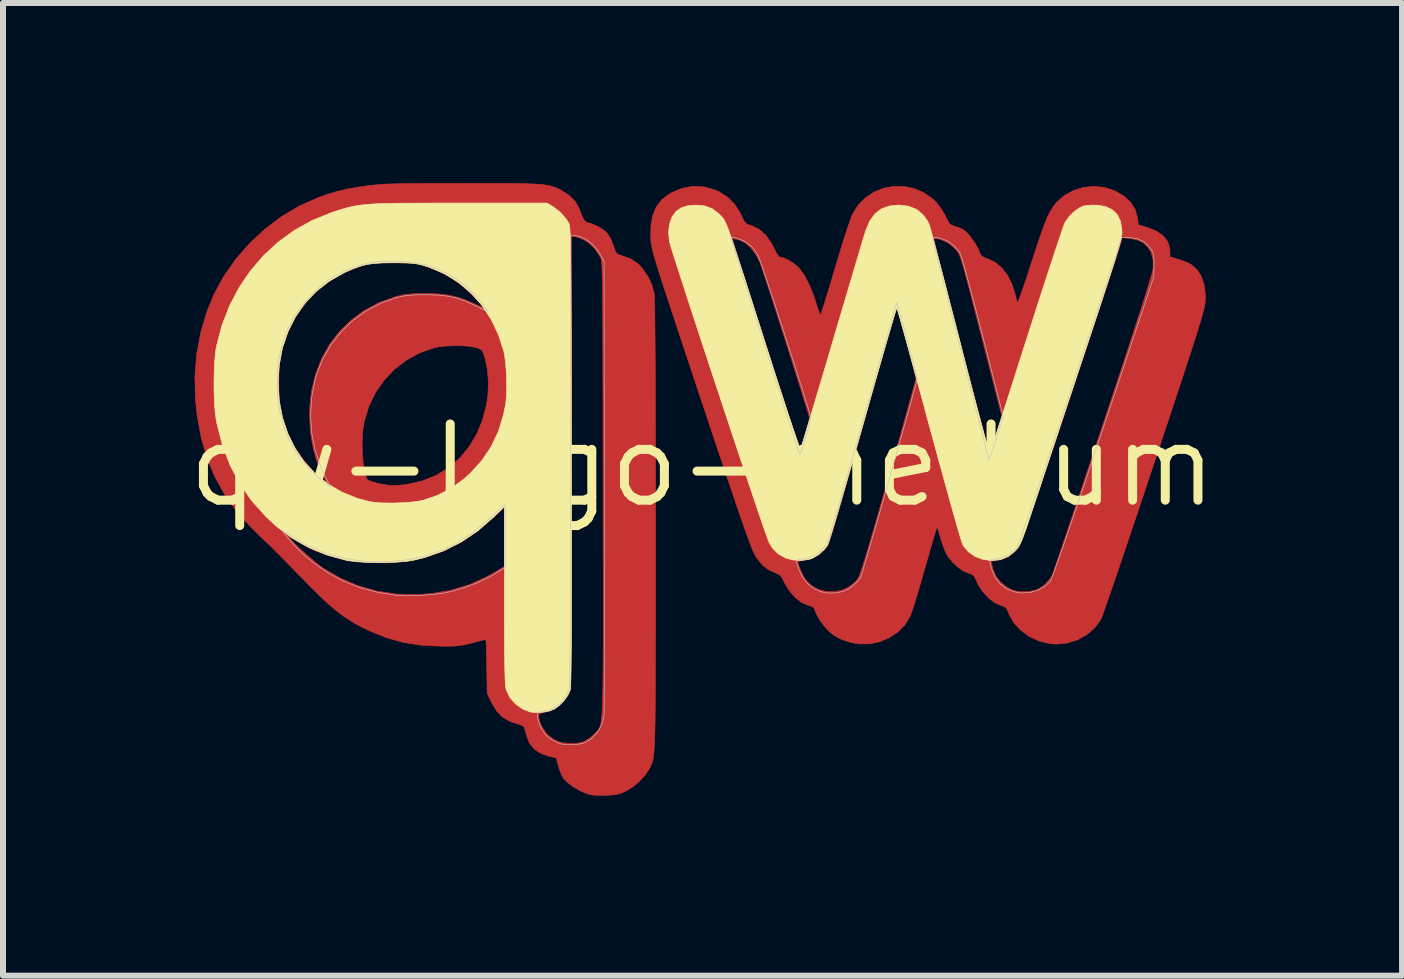
<source format=kicad_pcb>
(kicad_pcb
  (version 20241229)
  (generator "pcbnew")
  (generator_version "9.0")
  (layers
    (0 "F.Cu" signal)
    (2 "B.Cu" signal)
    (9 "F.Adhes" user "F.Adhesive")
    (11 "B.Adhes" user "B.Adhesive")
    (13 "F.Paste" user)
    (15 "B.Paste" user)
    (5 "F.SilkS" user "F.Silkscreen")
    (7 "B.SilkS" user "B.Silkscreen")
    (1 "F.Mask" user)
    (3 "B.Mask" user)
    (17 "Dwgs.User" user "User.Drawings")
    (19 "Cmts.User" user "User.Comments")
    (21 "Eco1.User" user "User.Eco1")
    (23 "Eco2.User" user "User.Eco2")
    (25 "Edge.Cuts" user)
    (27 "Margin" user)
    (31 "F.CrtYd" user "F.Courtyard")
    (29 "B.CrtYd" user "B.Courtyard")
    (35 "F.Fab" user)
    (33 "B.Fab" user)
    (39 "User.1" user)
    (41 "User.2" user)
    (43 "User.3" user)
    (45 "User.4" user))
  (footprint "qw-logo-medium"
    (layer "F.Cu")
    (at 8.655 4.704)
    (property "Reference" "qw-logo-medium" (at 0 0 0) (layer "F.SilkS") (effects (font (size 1.27 1.27) (thickness 0.15))))
    (attr through_hole)
    (fp_poly (pts (xy -3.476 -4.698) (xy -3.27 -4.697) (xy -3.096 -4.696) (xy -2.951 -4.693) (xy -2.831 -4.689) (xy -2.733 -4.684) (xy -2.652 -4.676) (xy -2.586 -4.667) (xy -2.531 -4.656) (xy -2.484 -4.642) (xy -2.441 -4.626) (xy -2.399 -4.607) (xy -2.365 -4.59) (xy -2.222 -4.499) (xy -2.116 -4.391) (xy -2.048 -4.263) (xy -2.045 -4.254) (xy -2.005 -4.15) (xy -1.969 -4.083) (xy -1.933 -4.049) (xy -1.908 -4.043) (xy -1.87 -4.034) (xy -1.809 -4.01) (xy -1.739 -3.978) (xy -1.65 -3.924) (xy -1.583 -3.86) (xy -1.529 -3.774) (xy -1.483 -3.657) (xy -1.473 -3.627) (xy -1.45 -3.563) (xy -1.425 -3.527) (xy -1.387 -3.507) (xy -1.338 -3.493) (xy -1.186 -3.436) (xy -1.059 -3.345) (xy -0.989 -3.265) (xy -0.902 -3.133) (xy -0.844 -3.01) (xy -0.809 -2.881) (xy -0.806 -2.869) (xy -0.803 -2.835) (xy -0.8 -2.768) (xy -0.797 -2.668) (xy -0.795 -2.534) (xy -0.793 -2.366) (xy -0.791 -2.162) (xy -0.789 -1.923) (xy -0.787 -1.646) (xy -0.786 -1.332) (xy -0.785 -0.979) (xy -0.784 -0.587) (xy -0.784 -0.155) (xy -0.783 0.317) (xy -0.783 0.831) (xy -0.783 0.994) (xy -0.783 1.468) (xy -0.783 1.902) (xy -0.783 2.297) (xy -0.783 2.655) (xy -0.784 2.979) (xy -0.784 3.269) (xy -0.785 3.529) (xy -0.786 3.76) (xy -0.787 3.964) (xy -0.789 4.142) (xy -0.791 4.297) (xy -0.794 4.431) (xy -0.797 4.545) (xy -0.801 4.641) (xy -0.806 4.722) (xy -0.811 4.788) (xy -0.817 4.843) (xy -0.824 4.888) (xy -0.832 4.924) (xy -0.84 4.955) (xy -0.85 4.981) (xy -0.861 5.004) (xy -0.872 5.027) (xy -0.885 5.051) (xy -0.891 5.063) (xy -0.957 5.162) (xy -1.05 5.263) (xy -1.158 5.354) (xy -1.268 5.423) (xy -1.281 5.429) (xy -1.349 5.459) (xy -1.411 5.478) (xy -1.484 5.49) (xy -1.579 5.496) (xy -1.619 5.497) (xy -1.734 5.499) (xy -1.821 5.494) (xy -1.892 5.48) (xy -1.943 5.464) (xy -2.044 5.42) (xy -2.145 5.36) (xy -2.236 5.294) (xy -2.304 5.229) (xy -2.326 5.199) (xy -2.354 5.142) (xy -2.384 5.064) (xy -2.402 5.004) (xy -2.438 4.874) (xy -2.55 4.849) (xy -2.691 4.801) (xy -2.802 4.729) (xy -2.878 4.634) (xy -2.894 4.601) (xy -2.924 4.524) (xy -2.947 4.447) (xy -2.953 4.419) (xy -2.967 4.367) (xy -2.994 4.338) (xy -3.046 4.32) (xy -3.056 4.317) (xy -3.208 4.266) (xy -3.329 4.196) (xy -3.337 4.188) (xy -2.73 4.188) (xy -2.714 4.27) (xy -2.672 4.363) (xy -2.611 4.452) (xy -2.581 4.486) (xy -2.479 4.567) (xy -2.365 4.615) (xy -2.228 4.634) (xy -2.192 4.635) (xy -2.079 4.629) (xy -1.989 4.606) (xy -1.955 4.592) (xy -1.885 4.548) (xy -1.814 4.49) (xy -1.791 4.466) (xy -1.774 4.448) (xy -1.758 4.432) (xy -1.744 4.417) (xy -1.731 4.401) (xy -1.719 4.381) (xy -1.709 4.356) (xy -1.7 4.325) (xy -1.691 4.284) (xy -1.684 4.233) (xy -1.678 4.17) (xy -1.672 4.092) (xy -1.668 3.998) (xy -1.664 3.886) (xy -1.661 3.754) (xy -1.659 3.6) (xy -1.657 3.423) (xy -1.655 3.221) (xy -1.654 2.991) (xy -1.654 2.732) (xy -1.654 2.443) (xy -1.654 2.12) (xy -1.654 1.763) (xy -1.655 1.369) (xy -1.656 0.937) (xy -1.656 0.465) (xy -1.656 0.381) (xy -1.657 -0.088) (xy -1.658 -0.517) (xy -1.658 -0.908) (xy -1.659 -1.261) (xy -1.66 -1.58) (xy -1.66 -1.866) (xy -1.661 -2.12) (xy -1.662 -2.345) (xy -1.663 -2.543) (xy -1.665 -2.715) (xy -1.666 -2.864) (xy -1.668 -2.991) (xy -1.67 -3.098) (xy -1.672 -3.186) (xy -1.674 -3.259) (xy -1.677 -3.317) (xy -1.68 -3.362) (xy -1.683 -3.397) (xy -1.686 -3.423) (xy -1.69 -3.443) (xy -1.695 -3.457) (xy -1.7 -3.468) (xy -1.702 -3.471) (xy -1.793 -3.609) (xy -1.899 -3.71) (xy -1.973 -3.755) (xy -2.042 -3.786) (xy -2.103 -3.806) (xy -2.131 -3.81) (xy -2.18 -3.81) (xy -2.18 -0.071) (xy -2.18 0.427) (xy -2.18 0.885) (xy -2.181 1.303) (xy -2.181 1.683) (xy -2.182 2.026) (xy -2.183 2.333) (xy -2.184 2.607) (xy -2.185 2.847) (xy -2.187 3.056) (xy -2.189 3.234) (xy -2.191 3.384) (xy -2.193 3.506) (xy -2.195 3.603) (xy -2.198 3.674) (xy -2.201 3.722) (xy -2.204 3.748) (xy -2.205 3.751) (xy -2.244 3.833) (xy -2.309 3.922) (xy -2.388 4.002) (xy -2.467 4.059) (xy -2.474 4.062) (xy -2.548 4.092) (xy -2.629 4.114) (xy -2.641 4.116) (xy -2.697 4.129) (xy -2.723 4.147) (xy -2.73 4.181) (xy -2.73 4.188) (xy -3.337 4.188) (xy -3.425 4.098) (xy -3.507 3.967) (xy -3.522 3.937) (xy -3.588 3.799) (xy -3.595 3.35) (xy -3.597 3.217) (xy -3.6 3.1) (xy -3.604 3.004) (xy -3.607 2.936) (xy -3.611 2.902) (xy -3.612 2.9) (xy -3.635 2.905) (xy -3.691 2.919) (xy -3.769 2.939) (xy -3.838 2.957) (xy -3.93 2.981) (xy -4.009 2.997) (xy -4.086 3.007) (xy -4.175 3.012) (xy -4.287 3.013) (xy -4.371 3.013) (xy -4.686 2.997) (xy -4.98 2.951) (xy -5.264 2.872) (xy -5.547 2.758) (xy -5.673 2.697) (xy -5.79 2.634) (xy -5.901 2.567) (xy -6.009 2.492) (xy -6.12 2.406) (xy -6.239 2.304) (xy -6.37 2.182) (xy -6.518 2.036) (xy -6.688 1.863) (xy -6.71 1.841) (xy -6.826 1.721) (xy -6.935 1.609) (xy -7.033 1.509) (xy -7.116 1.426) (xy -7.18 1.362) (xy -7.22 1.323) (xy -7.228 1.316) (xy -7.266 1.282) (xy -7.325 1.225) (xy -7.36 1.191) (xy -6.892 1.191) (xy -6.883 1.21) (xy -6.847 1.251) (xy -6.791 1.308) (xy -6.719 1.377) (xy -6.638 1.451) (xy -6.553 1.526) (xy -6.471 1.597) (xy -6.397 1.657) (xy -6.336 1.702) (xy -6.329 1.707) (xy -6.042 1.876) (xy -5.74 2.005) (xy -5.424 2.095) (xy -5.096 2.144) (xy -4.756 2.154) (xy -4.516 2.136) (xy -4.188 2.08) (xy -3.878 1.985) (xy -3.585 1.851) (xy -3.486 1.795) (xy -3.302 1.686) (xy -3.302 0.695) (xy -3.498 0.879) (xy -3.756 1.099) (xy -4.022 1.279) (xy -4.298 1.42) (xy -4.588 1.523) (xy -4.897 1.59) (xy -5.227 1.623) (xy -5.252 1.624) (xy -5.586 1.62) (xy -5.905 1.583) (xy -6.207 1.512) (xy -6.486 1.409) (xy -6.741 1.274) (xy -6.76 1.262) (xy -6.823 1.224) (xy -6.87 1.198) (xy -6.892 1.191) (xy -6.892 1.191) (xy -7.36 1.191) (xy -7.401 1.151) (xy -7.485 1.067) (xy -7.527 1.026) (xy -7.761 0.765) (xy -7.96 0.488) (xy -8.124 0.192) (xy -8.255 -0.124) (xy -8.353 -0.464) (xy -8.42 -0.829) (xy -8.448 -1.092) (xy -8.455 -1.376) (xy -7.058 -1.376) (xy -7.058 -1.233) (xy -7.056 -1.124) (xy -7.05 -1.038) (xy -7.041 -0.965) (xy -7.028 -0.897) (xy -7.01 -0.826) (xy -6.926 -0.568) (xy -6.82 -0.341) (xy -6.688 -0.136) (xy -6.523 0.058) (xy -6.471 0.111) (xy -6.382 0.196) (xy -6.32 0.249) (xy -6.285 0.271) (xy -6.277 0.262) (xy -6.296 0.221) (xy -6.306 0.204) (xy -6.374 0.069) (xy -6.435 -0.098) (xy -6.486 -0.287) (xy -6.505 -0.391) (xy -5.671 -0.391) (xy -5.669 -0.217) (xy -5.655 -0.048) (xy -5.63 0.102) (xy -5.596 0.221) (xy -5.57 0.247) (xy -5.509 0.272) (xy -5.412 0.298) (xy -5.326 0.317) (xy -5.226 0.332) (xy -5.124 0.335) (xy -5.007 0.327) (xy -4.92 0.316) (xy -4.672 0.261) (xy -4.444 0.17) (xy -4.237 0.045) (xy -4.054 -0.112) (xy -3.897 -0.298) (xy -3.767 -0.511) (xy -3.667 -0.75) (xy -3.599 -1.011) (xy -3.577 -1.152) (xy -3.566 -1.369) (xy -3.582 -1.585) (xy -3.623 -1.784) (xy -3.637 -1.828) (xy -3.66 -1.891) (xy -3.687 -1.927) (xy -3.729 -1.949) (xy -3.778 -1.965) (xy -3.877 -1.983) (xy -4.004 -1.993) (xy -4.143 -1.995) (xy -4.282 -1.988) (xy -4.405 -1.974) (xy -4.466 -1.961) (xy -4.709 -1.876) (xy -4.931 -1.756) (xy -5.131 -1.603) (xy -5.303 -1.422) (xy -5.447 -1.215) (xy -5.559 -0.985) (xy -5.635 -0.735) (xy -5.64 -0.71) (xy -5.662 -0.559) (xy -5.671 -0.391) (xy -6.505 -0.391) (xy -6.523 -0.489) (xy -6.539 -0.634) (xy -6.547 -0.94) (xy -6.516 -1.233) (xy -6.45 -1.511) (xy -6.35 -1.771) (xy -6.217 -2.01) (xy -6.053 -2.226) (xy -5.86 -2.416) (xy -5.64 -2.578) (xy -5.394 -2.71) (xy -5.124 -2.808) (xy -5.045 -2.829) (xy -4.948 -2.848) (xy -4.83 -2.859) (xy -4.683 -2.864) (xy -4.604 -2.864) (xy -4.406 -2.858) (xy -4.236 -2.838) (xy -4.081 -2.803) (xy -3.927 -2.749) (xy -3.812 -2.698) (xy -3.739 -2.665) (xy -3.682 -2.642) (xy -3.65 -2.633) (xy -3.646 -2.633) (xy -3.657 -2.651) (xy -3.692 -2.692) (xy -3.748 -2.751) (xy -3.818 -2.823) (xy -3.835 -2.84) (xy -4.016 -3.004) (xy -4.2 -3.134) (xy -4.399 -3.238) (xy -4.572 -3.306) (xy -4.646 -3.331) (xy -4.707 -3.349) (xy -4.764 -3.362) (xy -4.826 -3.369) (xy -4.902 -3.373) (xy -5.002 -3.375) (xy -5.135 -3.376) (xy -5.144 -3.376) (xy -5.29 -3.375) (xy -5.403 -3.372) (xy -5.49 -3.366) (xy -5.561 -3.357) (xy -5.623 -3.344) (xy -5.652 -3.336) (xy -5.924 -3.235) (xy -6.174 -3.099) (xy -6.397 -2.932) (xy -6.592 -2.734) (xy -6.758 -2.508) (xy -6.893 -2.255) (xy -6.993 -1.979) (xy -7.001 -1.953) (xy -7.022 -1.872) (xy -7.037 -1.802) (xy -7.047 -1.732) (xy -7.054 -1.653) (xy -7.057 -1.554) (xy -7.058 -1.425) (xy -7.058 -1.376) (xy -8.455 -1.376) (xy -8.458 -1.473) (xy -8.428 -1.849) (xy -8.36 -2.217) (xy -8.254 -2.572) (xy -8.136 -2.857) (xy -7.973 -3.156) (xy -7.774 -3.439) (xy -7.544 -3.701) (xy -7.288 -3.939) (xy -7.01 -4.148) (xy -6.715 -4.323) (xy -6.407 -4.461) (xy -6.404 -4.462) (xy -6.237 -4.521) (xy -6.076 -4.568) (xy -5.91 -4.606) (xy -5.723 -4.638) (xy -5.588 -4.658) (xy -5.52 -4.666) (xy -5.451 -4.673) (xy -5.38 -4.68) (xy -5.3 -4.685) (xy -5.209 -4.689) (xy -5.103 -4.692) (xy -4.977 -4.694) (xy -4.827 -4.696) (xy -4.65 -4.697) (xy -4.442 -4.698) (xy -4.198 -4.698) (xy -3.996 -4.699) (xy -3.716 -4.699) (xy -3.476 -4.698)) (stroke (width 0.01) (type solid)) (fill yes) (layer "F.Cu"))
    (fp_poly (pts (xy 0.03 -4.64) (xy 0.21 -4.588) (xy 0.275 -4.559) (xy 0.418 -4.469) (xy 0.533 -4.354) (xy 0.625 -4.209) (xy 0.647 -4.163) (xy 0.682 -4.091) (xy 0.71 -4.047) (xy 0.745 -4.02) (xy 0.796 -3.999) (xy 0.826 -3.99) (xy 0.95 -3.929) (xy 1.06 -3.828) (xy 1.156 -3.687) (xy 1.19 -3.62) (xy 1.229 -3.543) (xy 1.265 -3.491) (xy 1.29 -3.471) (xy 1.291 -3.471) (xy 1.351 -3.457) (xy 1.429 -3.421) (xy 1.511 -3.37) (xy 1.583 -3.313) (xy 1.617 -3.278) (xy 1.698 -3.164) (xy 1.776 -3.014) (xy 1.849 -2.837) (xy 1.896 -2.693) (xy 1.922 -2.611) (xy 1.946 -2.55) (xy 1.963 -2.516) (xy 1.97 -2.513) (xy 1.979 -2.536) (xy 1.999 -2.596) (xy 2.028 -2.687) (xy 2.064 -2.805) (xy 2.107 -2.945) (xy 2.155 -3.103) (xy 2.205 -3.274) (xy 2.211 -3.291) (xy 2.264 -3.47) (xy 2.316 -3.64) (xy 2.357 -3.772) (xy 3.855 -3.772) (xy 3.857 -3.752) (xy 3.921 -3.496) (xy 3.989 -3.23) (xy 4.058 -2.959) (xy 4.128 -2.684) (xy 4.199 -2.409) (xy 4.269 -2.137) (xy 4.338 -1.871) (xy 4.405 -1.614) (xy 4.469 -1.369) (xy 4.529 -1.139) (xy 4.585 -0.927) (xy 4.636 -0.736) (xy 4.681 -0.57) (xy 4.719 -0.43) (xy 4.749 -0.32) (xy 4.771 -0.243) (xy 4.784 -0.203) (xy 4.787 -0.197) (xy 4.798 -0.226) (xy 4.819 -0.286) (xy 4.847 -0.372) (xy 4.88 -0.474) (xy 4.894 -0.52) (xy 4.989 -0.818) (xy 4.697 -1.959) (xy 4.623 -2.247) (xy 4.559 -2.496) (xy 4.504 -2.711) (xy 4.457 -2.893) (xy 4.417 -3.045) (xy 4.384 -3.171) (xy 4.356 -3.273) (xy 4.332 -3.355) (xy 4.312 -3.419) (xy 4.296 -3.468) (xy 4.281 -3.504) (xy 4.268 -3.532) (xy 4.255 -3.553) (xy 4.241 -3.571) (xy 4.227 -3.588) (xy 4.218 -3.598) (xy 4.108 -3.697) (xy 3.978 -3.76) (xy 3.919 -3.775) (xy 3.871 -3.781) (xy 3.855 -3.772) (xy 2.357 -3.772) (xy 2.365 -3.798) (xy 2.41 -3.936) (xy 2.449 -4.051) (xy 2.479 -4.135) (xy 2.499 -4.184) (xy 2.594 -4.336) (xy 2.716 -4.46) (xy 2.859 -4.554) (xy 3.016 -4.617) (xy 3.182 -4.648) (xy 3.353 -4.648) (xy 3.521 -4.614) (xy 3.682 -4.546) (xy 3.83 -4.444) (xy 3.885 -4.392) (xy 3.979 -4.276) (xy 4.052 -4.148) (xy 4.053 -4.144) (xy 4.087 -4.072) (xy 4.114 -4.028) (xy 4.146 -4.003) (xy 4.191 -3.987) (xy 4.206 -3.983) (xy 4.277 -3.959) (xy 4.341 -3.929) (xy 4.354 -3.921) (xy 4.408 -3.874) (xy 4.47 -3.801) (xy 4.532 -3.715) (xy 4.583 -3.629) (xy 4.612 -3.563) (xy 4.632 -3.513) (xy 4.659 -3.482) (xy 4.705 -3.458) (xy 4.758 -3.441) (xy 4.882 -3.38) (xy 4.993 -3.284) (xy 5.088 -3.156) (xy 5.163 -3.003) (xy 5.207 -2.857) (xy 5.224 -2.788) (xy 5.24 -2.734) (xy 5.248 -2.714) (xy 5.257 -2.727) (xy 5.278 -2.776) (xy 5.308 -2.856) (xy 5.345 -2.964) (xy 5.389 -3.093) (xy 5.438 -3.241) (xy 5.472 -3.349) (xy 5.543 -3.569) (xy 5.603 -3.752) (xy 5.656 -3.903) (xy 5.702 -4.026) (xy 5.743 -4.127) (xy 5.782 -4.208) (xy 5.82 -4.275) (xy 5.858 -4.331) (xy 5.9 -4.381) (xy 5.901 -4.383) (xy 6.029 -4.496) (xy 6.18 -4.579) (xy 6.347 -4.631) (xy 6.521 -4.649) (xy 6.695 -4.632) (xy 6.86 -4.579) (xy 6.872 -4.574) (xy 7.022 -4.486) (xy 7.134 -4.383) (xy 7.209 -4.263) (xy 7.248 -4.125) (xy 7.249 -4.116) (xy 7.263 -4.009) (xy 7.417 -3.962) (xy 7.566 -3.901) (xy 7.678 -3.823) (xy 7.751 -3.727) (xy 7.786 -3.614) (xy 7.789 -3.559) (xy 7.789 -3.475) (xy 7.932 -3.432) (xy 8.016 -3.403) (xy 8.093 -3.371) (xy 8.141 -3.347) (xy 8.24 -3.261) (xy 8.313 -3.145) (xy 8.36 -3.001) (xy 8.379 -2.834) (xy 8.377 -2.74) (xy 8.374 -2.712) (xy 8.37 -2.679) (xy 8.363 -2.641) (xy 8.352 -2.595) (xy 8.337 -2.538) (xy 8.318 -2.468) (xy 8.293 -2.384) (xy 8.262 -2.282) (xy 8.224 -2.161) (xy 8.178 -2.019) (xy 8.125 -1.853) (xy 8.062 -1.661) (xy 7.99 -1.441) (xy 7.907 -1.191) (xy 7.814 -0.908) (xy 7.708 -0.591) (xy 7.591 -0.237) (xy 7.525 -0.04) (xy 7.419 0.277) (xy 7.317 0.584) (xy 7.218 0.878) (xy 7.124 1.157) (xy 7.036 1.418) (xy 6.954 1.66) (xy 6.88 1.878) (xy 6.813 2.071) (xy 6.756 2.237) (xy 6.709 2.372) (xy 6.672 2.475) (xy 6.647 2.542) (xy 6.635 2.572) (xy 6.532 2.71) (xy 6.399 2.823) (xy 6.245 2.908) (xy 6.075 2.96) (xy 5.898 2.978) (xy 5.765 2.967) (xy 5.594 2.922) (xy 5.436 2.845) (xy 5.299 2.744) (xy 5.188 2.623) (xy 5.111 2.486) (xy 5.105 2.471) (xy 5.078 2.406) (xy 5.051 2.369) (xy 5.01 2.346) (xy 4.962 2.331) (xy 4.868 2.287) (xy 4.77 2.212) (xy 4.68 2.116) (xy 4.605 2.009) (xy 4.572 1.941) (xy 4.541 1.873) (xy 4.514 1.833) (xy 4.48 1.811) (xy 4.43 1.796) (xy 4.345 1.759) (xy 4.253 1.694) (xy 4.166 1.613) (xy 4.81 1.613) (xy 4.813 1.625) (xy 4.824 1.667) (xy 4.841 1.731) (xy 4.848 1.757) (xy 4.889 1.848) (xy 4.961 1.939) (xy 5.052 2.017) (xy 5.151 2.073) (xy 5.179 2.084) (xy 5.296 2.105) (xy 5.424 2.104) (xy 5.544 2.08) (xy 5.604 2.055) (xy 5.712 1.979) (xy 5.8 1.877) (xy 5.826 1.831) (xy 5.837 1.803) (xy 5.86 1.738) (xy 5.894 1.637) (xy 5.94 1.504) (xy 5.995 1.34) (xy 6.06 1.149) (xy 6.133 0.933) (xy 6.213 0.694) (xy 6.3 0.436) (xy 6.392 0.159) (xy 6.49 -0.132) (xy 6.591 -0.436) (xy 6.678 -0.697) (xy 6.81 -1.093) (xy 6.929 -1.452) (xy 7.035 -1.773) (xy 7.129 -2.059) (xy 7.211 -2.311) (xy 7.283 -2.53) (xy 7.343 -2.719) (xy 7.393 -2.878) (xy 7.434 -3.01) (xy 7.465 -3.115) (xy 7.488 -3.195) (xy 7.502 -3.253) (xy 7.509 -3.288) (xy 7.509 -3.292) (xy 7.507 -3.433) (xy 7.474 -3.55) (xy 7.415 -3.642) (xy 7.342 -3.71) (xy 7.254 -3.754) (xy 7.139 -3.778) (xy 7.116 -3.781) (xy 6.991 -3.794) (xy 6.968 -3.699) (xy 6.958 -3.668) (xy 6.936 -3.598) (xy 6.902 -3.494) (xy 6.857 -3.356) (xy 6.803 -3.19) (xy 6.739 -2.995) (xy 6.667 -2.776) (xy 6.587 -2.535) (xy 6.501 -2.274) (xy 6.409 -1.995) (xy 6.312 -1.703) (xy 6.211 -1.398) (xy 6.129 -1.151) (xy 5.999 -0.759) (xy 5.878 -0.397) (xy 5.766 -0.065) (xy 5.665 0.235) (xy 5.575 0.502) (xy 5.495 0.735) (xy 5.426 0.934) (xy 5.369 1.097) (xy 5.323 1.223) (xy 5.29 1.311) (xy 5.269 1.361) (xy 5.264 1.37) (xy 5.17 1.468) (xy 5.056 1.541) (xy 4.933 1.581) (xy 4.864 1.587) (xy 4.821 1.593) (xy 4.81 1.613) (xy 4.166 1.613) (xy 4.164 1.611) (xy 4.09 1.519) (xy 4.072 1.49) (xy 4.041 1.425) (xy 4.006 1.336) (xy 3.974 1.239) (xy 3.967 1.214) (xy 3.944 1.132) (xy 3.925 1.068) (xy 3.912 1.03) (xy 3.91 1.024) (xy 3.902 1.042) (xy 3.885 1.096) (xy 3.859 1.181) (xy 3.826 1.294) (xy 3.787 1.429) (xy 3.743 1.581) (xy 3.706 1.71) (xy 3.658 1.879) (xy 3.611 2.04) (xy 3.567 2.188) (xy 3.528 2.315) (xy 3.495 2.417) (xy 3.471 2.487) (xy 3.46 2.513) (xy 3.374 2.655) (xy 3.257 2.775) (xy 3.115 2.87) (xy 2.955 2.938) (xy 2.785 2.973) (xy 2.61 2.975) (xy 2.487 2.954) (xy 2.377 2.922) (xy 2.291 2.888) (xy 2.209 2.842) (xy 2.169 2.815) (xy 2.092 2.749) (xy 2.014 2.66) (xy 1.945 2.563) (xy 1.895 2.47) (xy 1.881 2.434) (xy 1.863 2.386) (xy 1.835 2.358) (xy 1.784 2.338) (xy 1.752 2.329) (xy 1.653 2.285) (xy 1.553 2.208) (xy 1.459 2.105) (xy 1.382 1.984) (xy 1.366 1.952) (xy 1.329 1.88) (xy 1.297 1.836) (xy 1.259 1.809) (xy 1.21 1.789) (xy 1.1 1.739) (xy 1.006 1.666) (xy 0.96 1.611) (xy 1.587 1.611) (xy 1.597 1.65) (xy 1.621 1.713) (xy 1.653 1.786) (xy 1.687 1.854) (xy 1.718 1.905) (xy 1.72 1.907) (xy 1.815 2.003) (xy 1.934 2.069) (xy 2.068 2.103) (xy 2.208 2.105) (xy 2.346 2.071) (xy 2.418 2.037) (xy 2.491 1.987) (xy 2.558 1.927) (xy 2.587 1.892) (xy 2.601 1.867) (xy 2.619 1.823) (xy 2.642 1.758) (xy 2.671 1.671) (xy 2.706 1.559) (xy 2.749 1.419) (xy 2.799 1.25) (xy 2.857 1.049) (xy 2.925 0.815) (xy 3.002 0.544) (xy 3.089 0.235) (xy 3.1 0.197) (xy 3.172 -0.056) (xy 3.24 -0.298) (xy 3.303 -0.525) (xy 3.362 -0.734) (xy 3.414 -0.922) (xy 3.46 -1.086) (xy 3.498 -1.223) (xy 3.527 -1.33) (xy 3.547 -1.403) (xy 3.556 -1.44) (xy 3.557 -1.443) (xy 3.552 -1.472) (xy 3.537 -1.534) (xy 3.515 -1.623) (xy 3.487 -1.733) (xy 3.454 -1.857) (xy 3.419 -1.989) (xy 3.382 -2.124) (xy 3.347 -2.254) (xy 3.313 -2.374) (xy 3.284 -2.477) (xy 3.261 -2.557) (xy 3.244 -2.609) (xy 3.238 -2.625) (xy 3.23 -2.605) (xy 3.212 -2.548) (xy 3.184 -2.459) (xy 3.149 -2.341) (xy 3.107 -2.198) (xy 3.06 -2.034) (xy 3.008 -1.854) (xy 2.955 -1.667) (xy 2.84 -1.26) (xy 2.736 -0.892) (xy 2.642 -0.561) (xy 2.558 -0.264) (xy 2.483 -0.001) (xy 2.417 0.232) (xy 2.359 0.436) (xy 2.308 0.614) (xy 2.264 0.766) (xy 2.226 0.896) (xy 2.194 1.005) (xy 2.167 1.095) (xy 2.144 1.168) (xy 2.125 1.226) (xy 2.109 1.271) (xy 2.096 1.306) (xy 2.085 1.331) (xy 2.076 1.35) (xy 2.067 1.363) (xy 2.058 1.374) (xy 2.05 1.384) (xy 2.04 1.394) (xy 2.038 1.397) (xy 1.926 1.497) (xy 1.793 1.56) (xy 1.692 1.581) (xy 1.632 1.591) (xy 1.594 1.604) (xy 1.587 1.611) (xy 0.96 1.611) (xy 0.918 1.561) (xy 0.893 1.525) (xy 0.879 1.501) (xy 0.863 1.47) (xy 0.844 1.43) (xy 0.822 1.377) (xy 0.796 1.31) (xy 0.765 1.228) (xy 0.728 1.126) (xy 0.685 1.005) (xy 0.635 0.861) (xy 0.577 0.692) (xy 0.511 0.497) (xy 0.435 0.273) (xy 0.349 0.018) (xy 0.252 -0.271) (xy 0.144 -0.594) (xy 0.024 -0.955) (xy -0.022 -1.091) (xy -0.144 -1.459) (xy -0.254 -1.789) (xy -0.352 -2.083) (xy -0.438 -2.344) (xy -0.514 -2.573) (xy -0.58 -2.774) (xy -0.637 -2.948) (xy -0.686 -3.098) (xy -0.726 -3.226) (xy -0.76 -3.334) (xy -0.788 -3.424) (xy -0.809 -3.5) (xy -0.826 -3.562) (xy -0.838 -3.613) (xy -0.847 -3.656) (xy -0.854 -3.693) (xy -0.858 -3.725) (xy -0.86 -3.756) (xy -0.862 -3.78) (xy 0.494 -3.78) (xy 0.5 -3.76) (xy 0.517 -3.703) (xy 0.546 -3.611) (xy 0.585 -3.487) (xy 0.633 -3.335) (xy 0.69 -3.157) (xy 0.754 -2.955) (xy 0.824 -2.734) (xy 0.9 -2.496) (xy 0.981 -2.243) (xy 1.054 -2.016) (xy 1.138 -1.754) (xy 1.218 -1.503) (xy 1.295 -1.268) (xy 1.365 -1.051) (xy 1.43 -0.854) (xy 1.487 -0.681) (xy 1.536 -0.535) (xy 1.576 -0.418) (xy 1.606 -0.333) (xy 1.625 -0.283) (xy 1.631 -0.27) (xy 1.643 -0.295) (xy 1.663 -0.353) (xy 1.688 -0.434) (xy 1.713 -0.519) (xy 1.741 -0.614) (xy 1.763 -0.697) (xy 1.778 -0.757) (xy 1.783 -0.783) (xy 1.777 -0.809) (xy 1.76 -0.87) (xy 1.731 -0.964) (xy 1.694 -1.085) (xy 1.65 -1.229) (xy 1.598 -1.394) (xy 1.542 -1.573) (xy 1.482 -1.763) (xy 1.419 -1.96) (xy 1.356 -2.16) (xy 1.292 -2.359) (xy 1.231 -2.551) (xy 1.172 -2.734) (xy 1.117 -2.903) (xy 1.068 -3.053) (xy 1.026 -3.181) (xy 0.992 -3.283) (xy 0.967 -3.353) (xy 0.959 -3.376) (xy 0.897 -3.502) (xy 0.816 -3.612) (xy 0.724 -3.697) (xy 0.628 -3.751) (xy 0.591 -3.762) (xy 0.534 -3.773) (xy 0.499 -3.779) (xy 0.494 -3.78) (xy -0.862 -3.78) (xy -0.862 -3.788) (xy -0.862 -3.791) (xy -0.86 -3.993) (xy -0.829 -4.165) (xy -0.768 -4.31) (xy -0.677 -4.428) (xy -0.553 -4.523) (xy -0.516 -4.544) (xy -0.335 -4.618) (xy -0.153 -4.65) (xy 0.03 -4.64)) (stroke (width 0.01) (type solid)) (fill yes) (layer "F.Cu"))
    (fp_poly (pts (xy 1.079 -3.252) (xy 1.139 -3.239) (xy 1.202 -3.218) (xy 1.232 -3.205) (xy 1.322 -3.14) (xy 1.407 -3.048) (xy 1.475 -2.941) (xy 1.481 -2.929) (xy 1.498 -2.885) (xy 1.527 -2.806) (xy 1.565 -2.697) (xy 1.61 -2.564) (xy 1.66 -2.413) (xy 1.714 -2.248) (xy 1.759 -2.107) (xy 1.989 -1.389) (xy 1.902 -1.091) (xy 1.871 -0.986) (xy 1.844 -0.895) (xy 1.822 -0.828) (xy 1.81 -0.79) (xy 1.808 -0.785) (xy 1.795 -0.794) (xy 1.789 -0.807) (xy 1.777 -0.842) (xy 1.754 -0.912) (xy 1.721 -1.013) (xy 1.681 -1.139) (xy 1.633 -1.287) (xy 1.58 -1.452) (xy 1.523 -1.631) (xy 1.464 -1.818) (xy 1.403 -2.01) (xy 1.342 -2.202) (xy 1.282 -2.391) (xy 1.225 -2.57) (xy 1.172 -2.738) (xy 1.125 -2.888) (xy 1.085 -3.018) (xy 1.052 -3.122) (xy 1.029 -3.196) (xy 1.017 -3.236) (xy 1.016 -3.242) (xy 1.034 -3.253) (xy 1.079 -3.252)) (stroke (width 0.01) (type solid)) (fill yes) (layer "F.Mask"))
    (fp_poly (pts (xy 4.455 -3.259) (xy 4.484 -3.252) (xy 4.519 -3.241) (xy 4.53 -3.238) (xy 4.615 -3.2) (xy 4.704 -3.134) (xy 4.784 -3.053) (xy 4.842 -2.967) (xy 4.849 -2.953) (xy 4.863 -2.912) (xy 4.886 -2.836) (xy 4.916 -2.73) (xy 4.952 -2.599) (xy 4.992 -2.45) (xy 5.034 -2.288) (xy 5.059 -2.191) (xy 5.232 -1.514) (xy 5.132 -1.196) (xy 5.096 -1.085) (xy 5.064 -0.986) (xy 5.038 -0.909) (xy 5.02 -0.859) (xy 5.015 -0.847) (xy 4.999 -0.826) (xy 4.987 -0.844) (xy 4.986 -0.847) (xy 4.979 -0.872) (xy 4.962 -0.936) (xy 4.937 -1.032) (xy 4.904 -1.159) (xy 4.864 -1.311) (xy 4.819 -1.486) (xy 4.769 -1.679) (xy 4.716 -1.887) (xy 4.67 -2.064) (xy 4.605 -2.319) (xy 4.549 -2.536) (xy 4.503 -2.718) (xy 4.466 -2.868) (xy 4.437 -2.988) (xy 4.418 -3.082) (xy 4.406 -3.153) (xy 4.402 -3.203) (xy 4.405 -3.236) (xy 4.415 -3.254) (xy 4.432 -3.261) (xy 4.455 -3.259)) (stroke (width 0.01) (type solid)) (fill yes) (layer "F.Mask"))
    (fp_poly (pts (xy -6.426 1.641) (xy -6.384 1.668) (xy -6.353 1.691) (xy -6.216 1.785) (xy -6.046 1.876) (xy -5.855 1.96) (xy -5.652 2.033) (xy -5.449 2.09) (xy -5.356 2.11) (xy -5.237 2.127) (xy -5.089 2.139) (xy -4.923 2.145) (xy -4.753 2.146) (xy -4.59 2.141) (xy -4.448 2.131) (xy -4.36 2.119) (xy -4.13 2.066) (xy -3.895 1.99) (xy -3.67 1.895) (xy -3.468 1.788) (xy -3.387 1.737) (xy -3.291 1.673) (xy -3.286 2.079) (xy -3.284 2.207) (xy -3.284 2.322) (xy -3.285 2.415) (xy -3.287 2.481) (xy -3.29 2.511) (xy -3.29 2.512) (xy -3.315 2.532) (xy -3.375 2.557) (xy -3.46 2.586) (xy -3.563 2.615) (xy -3.676 2.644) (xy -3.791 2.668) (xy -3.839 2.677) (xy -3.976 2.694) (xy -4.14 2.704) (xy -4.317 2.706) (xy -4.495 2.702) (xy -4.657 2.691) (xy -4.774 2.676) (xy -5.095 2.601) (xy -5.401 2.486) (xy -5.693 2.332) (xy -5.971 2.138) (xy -6.059 2.065) (xy -6.122 2.008) (xy -6.192 1.938) (xy -6.263 1.864) (xy -6.33 1.79) (xy -6.387 1.724) (xy -6.427 1.672) (xy -6.446 1.64) (xy -6.446 1.634) (xy -6.426 1.641)) (stroke (width 0.01) (type solid)) (fill yes) (layer "F.Mask"))
    (fp_poly (pts (xy -4.423 -2.858) (xy -4.26 -2.842) (xy -4.113 -2.812) (xy -3.969 -2.764) (xy -3.815 -2.697) (xy -3.778 -2.679) (xy -3.688 -2.633) (xy -3.625 -2.596) (xy -3.582 -2.559) (xy -3.547 -2.515) (xy -3.52 -2.473) (xy -3.477 -2.397) (xy -3.439 -2.324) (xy -3.411 -2.261) (xy -3.396 -2.217) (xy -3.397 -2.201) (xy -3.422 -2.207) (xy -3.476 -2.221) (xy -3.548 -2.242) (xy -3.562 -2.246) (xy -3.691 -2.274) (xy -3.847 -2.293) (xy -4.017 -2.303) (xy -4.187 -2.304) (xy -4.342 -2.295) (xy -4.45 -2.279) (xy -4.721 -2.202) (xy -4.973 -2.088) (xy -5.204 -1.941) (xy -5.411 -1.762) (xy -5.591 -1.556) (xy -5.74 -1.324) (xy -5.857 -1.069) (xy -5.92 -0.869) (xy -5.966 -0.627) (xy -5.986 -0.369) (xy -5.981 -0.107) (xy -5.95 0.145) (xy -5.895 0.376) (xy -5.874 0.448) (xy -5.862 0.502) (xy -5.861 0.528) (xy -5.863 0.529) (xy -5.888 0.52) (xy -5.941 0.496) (xy -6.013 0.462) (xy -6.051 0.443) (xy -6.223 0.357) (xy -6.329 0.142) (xy -6.429 -0.092) (xy -6.495 -0.323) (xy -6.532 -0.57) (xy -6.536 -0.617) (xy -6.544 -0.936) (xy -6.515 -1.234) (xy -6.45 -1.512) (xy -6.347 -1.774) (xy -6.207 -2.022) (xy -6.18 -2.063) (xy -6.009 -2.275) (xy -5.812 -2.457) (xy -5.584 -2.61) (xy -5.435 -2.689) (xy -5.277 -2.758) (xy -5.131 -2.808) (xy -4.985 -2.84) (xy -4.826 -2.858) (xy -4.639 -2.863) (xy -4.614 -2.863) (xy -4.423 -2.858)) (stroke (width 0.01) (type solid)) (fill yes) (layer "F.Mask"))
    (fp_poly (pts (xy 3.584 -1.42) (xy 3.601 -1.365) (xy 3.626 -1.282) (xy 3.656 -1.176) (xy 3.691 -1.054) (xy 3.728 -0.92) (xy 3.765 -0.782) (xy 3.802 -0.645) (xy 3.837 -0.516) (xy 3.867 -0.401) (xy 3.891 -0.305) (xy 3.908 -0.235) (xy 3.916 -0.196) (xy 3.916 -0.192) (xy 3.91 -0.167) (xy 3.894 -0.104) (xy 3.868 -0.008) (xy 3.833 0.118) (xy 3.791 0.27) (xy 3.742 0.446) (xy 3.688 0.64) (xy 3.628 0.851) (xy 3.565 1.074) (xy 3.554 1.114) (xy 3.48 1.375) (xy 3.416 1.598) (xy 3.362 1.786) (xy 3.316 1.944) (xy 3.277 2.073) (xy 3.245 2.178) (xy 3.219 2.261) (xy 3.196 2.325) (xy 3.177 2.374) (xy 3.16 2.411) (xy 3.144 2.44) (xy 3.129 2.462) (xy 3.116 2.478) (xy 3.005 2.576) (xy 2.873 2.639) (xy 2.726 2.665) (xy 2.699 2.665) (xy 2.62 2.661) (xy 2.551 2.654) (xy 2.519 2.647) (xy 2.399 2.598) (xy 2.304 2.528) (xy 2.227 2.43) (xy 2.162 2.298) (xy 2.137 2.231) (xy 2.098 2.117) (xy 2.156 2.117) (xy 2.283 2.098) (xy 2.408 2.047) (xy 2.516 1.971) (xy 2.53 1.959) (xy 2.547 1.942) (xy 2.562 1.928) (xy 2.576 1.915) (xy 2.588 1.899) (xy 2.601 1.878) (xy 2.615 1.849) (xy 2.631 1.81) (xy 2.65 1.759) (xy 2.672 1.691) (xy 2.698 1.606) (xy 2.73 1.5) (xy 2.768 1.37) (xy 2.812 1.214) (xy 2.865 1.03) (xy 2.926 0.815) (xy 2.996 0.566) (xy 3.077 0.28) (xy 3.134 0.079) (xy 3.203 -0.165) (xy 3.27 -0.398) (xy 3.332 -0.615) (xy 3.389 -0.814) (xy 3.44 -0.991) (xy 3.485 -1.143) (xy 3.521 -1.267) (xy 3.55 -1.36) (xy 3.568 -1.418) (xy 3.576 -1.439) (xy 3.576 -1.439) (xy 3.584 -1.42)) (stroke (width 0.01) (type solid)) (fill yes) (layer "F.Mask"))
    (fp_poly (pts (xy 7.764 -3.243) (xy 7.884 -3.194) (xy 7.976 -3.114) (xy 8.037 -3.005) (xy 8.068 -2.868) (xy 8.071 -2.79) (xy 8.069 -2.766) (xy 8.066 -2.737) (xy 8.059 -2.701) (xy 8.049 -2.655) (xy 8.034 -2.598) (xy 8.014 -2.527) (xy 7.988 -2.441) (xy 7.956 -2.336) (xy 7.917 -2.211) (xy 7.869 -2.064) (xy 7.814 -1.892) (xy 7.749 -1.694) (xy 7.674 -1.467) (xy 7.589 -1.208) (xy 7.492 -0.916) (xy 7.383 -0.589) (xy 7.262 -0.225) (xy 7.239 -0.155) (xy 7.134 0.16) (xy 7.032 0.465) (xy 6.934 0.757) (xy 6.841 1.034) (xy 6.753 1.293) (xy 6.672 1.532) (xy 6.598 1.748) (xy 6.533 1.939) (xy 6.476 2.102) (xy 6.43 2.235) (xy 6.394 2.335) (xy 6.37 2.399) (xy 6.36 2.425) (xy 6.288 2.516) (xy 6.19 2.593) (xy 6.082 2.644) (xy 6.073 2.646) (xy 5.968 2.663) (xy 5.85 2.663) (xy 5.74 2.646) (xy 5.709 2.636) (xy 5.584 2.578) (xy 5.488 2.501) (xy 5.416 2.396) (xy 5.36 2.258) (xy 5.355 2.244) (xy 5.318 2.122) (xy 5.42 2.11) (xy 5.561 2.074) (xy 5.683 2.005) (xy 5.78 1.906) (xy 5.82 1.841) (xy 5.831 1.813) (xy 5.854 1.748) (xy 5.888 1.649) (xy 5.933 1.518) (xy 5.987 1.359) (xy 6.049 1.176) (xy 6.118 0.969) (xy 6.194 0.744) (xy 6.275 0.503) (xy 6.361 0.248) (xy 6.449 -0.016) (xy 6.54 -0.288) (xy 6.632 -0.564) (xy 6.725 -0.841) (xy 6.816 -1.116) (xy 6.906 -1.386) (xy 6.994 -1.648) (xy 7.077 -1.899) (xy 7.156 -2.137) (xy 7.229 -2.357) (xy 7.295 -2.558) (xy 7.353 -2.735) (xy 7.403 -2.887) (xy 7.443 -3.01) (xy 7.472 -3.101) (xy 7.489 -3.156) (xy 7.493 -3.17) (xy 7.516 -3.26) (xy 7.618 -3.26) (xy 7.764 -3.243)) (stroke (width 0.01) (type solid)) (fill yes) (layer "F.Mask"))
    (fp_poly (pts (xy -1.619 -3.296) (xy -1.567 -3.286) (xy -1.52 -3.273) (xy -1.393 -3.216) (xy -1.276 -3.124) (xy -1.181 -3.008) (xy -1.169 -2.988) (xy -1.111 -2.889) (xy -1.111 0.974) (xy -1.111 1.45) (xy -1.111 1.886) (xy -1.111 2.284) (xy -1.112 2.644) (xy -1.112 2.969) (xy -1.112 3.262) (xy -1.113 3.522) (xy -1.114 3.754) (xy -1.115 3.957) (xy -1.116 4.135) (xy -1.117 4.288) (xy -1.119 4.419) (xy -1.12 4.53) (xy -1.122 4.622) (xy -1.124 4.697) (xy -1.127 4.757) (xy -1.13 4.804) (xy -1.133 4.839) (xy -1.136 4.865) (xy -1.14 4.883) (xy -1.144 4.896) (xy -1.146 4.9) (xy -1.216 4.996) (xy -1.31 5.085) (xy -1.405 5.148) (xy -1.494 5.179) (xy -1.604 5.197) (xy -1.713 5.199) (xy -1.789 5.189) (xy -1.933 5.132) (xy -2.05 5.048) (xy -2.138 4.94) (xy -2.191 4.813) (xy -2.205 4.73) (xy -2.212 4.647) (xy -2.105 4.633) (xy -2.028 4.619) (xy -1.958 4.597) (xy -1.936 4.587) (xy -1.858 4.531) (xy -1.778 4.451) (xy -1.713 4.36) (xy -1.701 4.339) (xy -1.696 4.329) (xy -1.692 4.316) (xy -1.688 4.298) (xy -1.684 4.274) (xy -1.68 4.242) (xy -1.677 4.199) (xy -1.675 4.144) (xy -1.672 4.076) (xy -1.67 3.992) (xy -1.668 3.89) (xy -1.667 3.768) (xy -1.665 3.626) (xy -1.664 3.46) (xy -1.663 3.269) (xy -1.662 3.051) (xy -1.661 2.804) (xy -1.66 2.527) (xy -1.659 2.217) (xy -1.659 1.872) (xy -1.658 1.491) (xy -1.658 1.073) (xy -1.657 0.614) (xy -1.657 0.489) (xy -1.656 0.093) (xy -1.656 -0.293) (xy -1.655 -0.664) (xy -1.654 -1.02) (xy -1.653 -1.358) (xy -1.652 -1.676) (xy -1.651 -1.972) (xy -1.65 -2.244) (xy -1.649 -2.49) (xy -1.648 -2.707) (xy -1.647 -2.893) (xy -1.646 -3.047) (xy -1.645 -3.166) (xy -1.644 -3.248) (xy -1.643 -3.29) (xy -1.643 -3.296) (xy -1.619 -3.296)) (stroke (width 0.01) (type solid)) (fill yes) (layer "F.Mask"))
    (fp_poly (pts (xy -2.495 -4.314) (xy -2.372 -4.22) (xy -2.267 -4.1) (xy -2.228 -4.037) (xy -2.224 -4.027) (xy -2.219 -4.013) (xy -2.215 -3.994) (xy -2.212 -3.967) (xy -2.209 -3.931) (xy -2.206 -3.883) (xy -2.203 -3.823) (xy -2.201 -3.748) (xy -2.199 -3.656) (xy -2.197 -3.546) (xy -2.195 -3.415) (xy -2.194 -3.262) (xy -2.192 -3.085) (xy -2.191 -2.882) (xy -2.19 -2.652) (xy -2.189 -2.391) (xy -2.188 -2.1) (xy -2.188 -1.775) (xy -2.187 -1.414) (xy -2.186 -1.017) (xy -2.185 -0.581) (xy -2.185 -0.159) (xy -2.184 0.345) (xy -2.183 0.809) (xy -2.183 1.232) (xy -2.183 1.617) (xy -2.183 1.965) (xy -2.184 2.278) (xy -2.184 2.556) (xy -2.185 2.801) (xy -2.186 3.015) (xy -2.188 3.198) (xy -2.19 3.353) (xy -2.192 3.479) (xy -2.194 3.58) (xy -2.196 3.655) (xy -2.199 3.707) (xy -2.202 3.737) (xy -2.203 3.741) (xy -2.243 3.829) (xy -2.309 3.922) (xy -2.391 4.004) (xy -2.476 4.064) (xy -2.479 4.065) (xy -2.565 4.096) (xy -2.673 4.114) (xy -2.782 4.119) (xy -2.87 4.109) (xy -3.005 4.055) (xy -3.121 3.971) (xy -3.212 3.863) (xy -3.27 3.74) (xy -3.279 3.704) (xy -3.284 3.656) (xy -3.289 3.566) (xy -3.293 3.435) (xy -3.296 3.261) (xy -3.299 3.046) (xy -3.301 2.788) (xy -3.302 2.488) (xy -3.302 2.146) (xy -3.302 2.142) (xy -3.302 0.688) (xy -3.487 0.868) (xy -3.745 1.092) (xy -4.021 1.277) (xy -4.317 1.425) (xy -4.633 1.536) (xy -4.809 1.58) (xy -4.927 1.599) (xy -5.076 1.612) (xy -5.244 1.619) (xy -5.421 1.621) (xy -5.595 1.616) (xy -5.755 1.606) (xy -5.89 1.59) (xy -5.944 1.58) (xy -6.267 1.49) (xy -6.568 1.366) (xy -6.848 1.205) (xy -7.111 1.006) (xy -7.281 0.847) (xy -7.513 0.587) (xy -7.708 0.306) (xy -7.869 0.002) (xy -7.995 -0.325) (xy -8.087 -0.678) (xy -8.102 -0.751) (xy -8.119 -0.875) (xy -8.131 -1.028) (xy -8.138 -1.201) (xy -8.139 -1.376) (xy -7.07 -1.376) (xy -7.051 -1.074) (xy -6.996 -0.789) (xy -6.906 -0.523) (xy -6.784 -0.277) (xy -6.632 -0.055) (xy -6.45 0.141) (xy -6.241 0.309) (xy -6.007 0.446) (xy -5.75 0.55) (xy -5.546 0.604) (xy -5.444 0.619) (xy -5.314 0.626) (xy -5.166 0.628) (xy -5.013 0.623) (xy -4.867 0.613) (xy -4.74 0.598) (xy -4.657 0.582) (xy -4.413 0.498) (xy -4.187 0.381) (xy -3.974 0.226) (xy -3.866 0.128) (xy -3.675 -0.082) (xy -3.52 -0.313) (xy -3.4 -0.568) (xy -3.315 -0.846) (xy -3.28 -1.022) (xy -3.269 -1.133) (xy -3.264 -1.271) (xy -3.265 -1.425) (xy -3.271 -1.58) (xy -3.283 -1.726) (xy -3.3 -1.848) (xy -3.311 -1.9) (xy -3.4 -2.177) (xy -3.522 -2.433) (xy -3.675 -2.665) (xy -3.856 -2.87) (xy -4.063 -3.046) (xy -4.293 -3.189) (xy -4.544 -3.298) (xy -4.667 -3.336) (xy -4.74 -3.353) (xy -4.819 -3.365) (xy -4.915 -3.372) (xy -5.035 -3.375) (xy -5.154 -3.376) (xy -5.329 -3.374) (xy -5.473 -3.364) (xy -5.597 -3.346) (xy -5.712 -3.316) (xy -5.83 -3.273) (xy -5.962 -3.214) (xy -5.98 -3.206) (xy -6.225 -3.065) (xy -6.443 -2.894) (xy -6.63 -2.695) (xy -6.786 -2.47) (xy -6.909 -2.223) (xy -6.999 -1.954) (xy -7.052 -1.666) (xy -7.07 -1.376) (xy -8.139 -1.376) (xy -8.139 -1.383) (xy -8.136 -1.564) (xy -8.128 -1.733) (xy -8.115 -1.879) (xy -8.1 -1.978) (xy -8.01 -2.323) (xy -7.885 -2.649) (xy -7.727 -2.953) (xy -7.537 -3.235) (xy -7.318 -3.491) (xy -7.072 -3.719) (xy -6.8 -3.916) (xy -6.506 -4.08) (xy -6.19 -4.209) (xy -6.157 -4.22) (xy -6.071 -4.248) (xy -5.993 -4.272) (xy -5.92 -4.293) (xy -5.847 -4.311) (xy -5.772 -4.325) (xy -5.691 -4.337) (xy -5.6 -4.347) (xy -5.495 -4.355) (xy -5.374 -4.361) (xy -5.232 -4.365) (xy -5.066 -4.368) (xy -4.872 -4.369) (xy -4.647 -4.37) (xy -4.388 -4.371) (xy -4.09 -4.371) (xy -2.593 -4.371) (xy -2.495 -4.314)) (stroke (width 0.01) (type solid)) (fill yes) (layer "F.SilkS"))
    (fp_poly (pts (xy 3.27 -4.338) (xy 3.427 -4.32) (xy 3.562 -4.268) (xy 3.671 -4.182) (xy 3.754 -4.065) (xy 3.783 -3.997) (xy 3.794 -3.96) (xy 3.815 -3.885) (xy 3.845 -3.775) (xy 3.882 -3.634) (xy 3.927 -3.464) (xy 3.978 -3.269) (xy 4.035 -3.052) (xy 4.096 -2.815) (xy 4.161 -2.562) (xy 4.23 -2.297) (xy 4.299 -2.028) (xy 4.368 -1.757) (xy 4.435 -1.498) (xy 4.498 -1.254) (xy 4.557 -1.029) (xy 4.611 -0.824) (xy 4.659 -0.644) (xy 4.701 -0.49) (xy 4.735 -0.365) (xy 4.761 -0.273) (xy 4.779 -0.216) (xy 4.787 -0.197) (xy 4.787 -0.197) (xy 4.795 -0.221) (xy 4.815 -0.281) (xy 4.847 -0.377) (xy 4.888 -0.504) (xy 4.938 -0.661) (xy 4.997 -0.843) (xy 5.063 -1.048) (xy 5.135 -1.274) (xy 5.213 -1.518) (xy 5.295 -1.776) (xy 5.381 -2.046) (xy 5.397 -2.095) (xy 5.485 -2.369) (xy 5.569 -2.632) (xy 5.65 -2.882) (xy 5.726 -3.117) (xy 5.796 -3.331) (xy 5.86 -3.524) (xy 5.916 -3.692) (xy 5.963 -3.832) (xy 6 -3.941) (xy 6.027 -4.015) (xy 6.043 -4.053) (xy 6.044 -4.055) (xy 6.112 -4.149) (xy 6.198 -4.233) (xy 6.289 -4.296) (xy 6.338 -4.318) (xy 6.403 -4.33) (xy 6.491 -4.337) (xy 6.571 -4.336) (xy 6.715 -4.313) (xy 6.828 -4.26) (xy 6.912 -4.178) (xy 6.965 -4.066) (xy 6.988 -3.925) (xy 6.989 -3.881) (xy 6.988 -3.854) (xy 6.983 -3.821) (xy 6.976 -3.78) (xy 6.963 -3.728) (xy 6.945 -3.662) (xy 6.922 -3.58) (xy 6.891 -3.479) (xy 6.853 -3.356) (xy 6.806 -3.21) (xy 6.75 -3.038) (xy 6.684 -2.836) (xy 6.608 -2.603) (xy 6.519 -2.335) (xy 6.418 -2.031) (xy 6.382 -1.921) (xy 6.286 -1.634) (xy 6.19 -1.343) (xy 6.094 -1.055) (xy 6 -0.773) (xy 5.91 -0.501) (xy 5.825 -0.244) (xy 5.746 -0.007) (xy 5.676 0.205) (xy 5.615 0.39) (xy 5.565 0.541) (xy 5.541 0.613) (xy 5.478 0.801) (xy 5.427 0.954) (xy 5.386 1.075) (xy 5.352 1.169) (xy 5.324 1.242) (xy 5.3 1.296) (xy 5.278 1.337) (xy 5.257 1.37) (xy 5.234 1.398) (xy 5.213 1.421) (xy 5.101 1.514) (xy 4.974 1.568) (xy 4.827 1.587) (xy 4.817 1.587) (xy 4.673 1.568) (xy 4.541 1.518) (xy 4.43 1.44) (xy 4.348 1.341) (xy 4.334 1.315) (xy 4.322 1.281) (xy 4.299 1.209) (xy 4.267 1.101) (xy 4.227 0.962) (xy 4.18 0.795) (xy 4.125 0.601) (xy 4.065 0.385) (xy 4 0.149) (xy 3.93 -0.104) (xy 3.858 -0.371) (xy 3.782 -0.648) (xy 3.767 -0.704) (xy 3.693 -0.98) (xy 3.621 -1.245) (xy 3.553 -1.494) (xy 3.49 -1.727) (xy 3.432 -1.938) (xy 3.38 -2.127) (xy 3.334 -2.29) (xy 3.297 -2.423) (xy 3.268 -2.525) (xy 3.248 -2.593) (xy 3.238 -2.623) (xy 3.237 -2.625) (xy 3.23 -2.605) (xy 3.212 -2.547) (xy 3.184 -2.454) (xy 3.147 -2.329) (xy 3.102 -2.174) (xy 3.049 -1.992) (xy 2.99 -1.786) (xy 2.925 -1.56) (xy 2.855 -1.315) (xy 2.781 -1.054) (xy 2.704 -0.781) (xy 2.679 -0.693) (xy 2.6 -0.414) (xy 2.524 -0.146) (xy 2.45 0.11) (xy 2.381 0.349) (xy 2.317 0.569) (xy 2.26 0.766) (xy 2.208 0.939) (xy 2.165 1.083) (xy 2.13 1.196) (xy 2.105 1.275) (xy 2.09 1.317) (xy 2.088 1.322) (xy 2.024 1.407) (xy 1.935 1.486) (xy 1.836 1.546) (xy 1.783 1.565) (xy 1.647 1.585) (xy 1.502 1.576) (xy 1.388 1.545) (xy 1.264 1.477) (xy 1.167 1.38) (xy 1.112 1.291) (xy 1.098 1.257) (xy 1.072 1.185) (xy 1.034 1.079) (xy 0.987 0.943) (xy 0.931 0.778) (xy 0.867 0.588) (xy 0.795 0.376) (xy 0.718 0.146) (xy 0.635 -0.1) (xy 0.549 -0.359) (xy 0.459 -0.628) (xy 0.368 -0.903) (xy 0.276 -1.182) (xy 0.183 -1.461) (xy 0.092 -1.737) (xy 0.003 -2.008) (xy -0.083 -2.27) (xy -0.165 -2.52) (xy -0.242 -2.755) (xy -0.312 -2.973) (xy -0.376 -3.169) (xy -0.431 -3.342) (xy -0.478 -3.487) (xy -0.514 -3.602) (xy -0.538 -3.684) (xy -0.551 -3.73) (xy -0.552 -3.735) (xy -0.565 -3.879) (xy -0.551 -4.015) (xy -0.511 -4.132) (xy -0.449 -4.223) (xy -0.434 -4.237) (xy -0.352 -4.292) (xy -0.254 -4.324) (xy -0.128 -4.337) (xy -0.106 -4.337) (xy 0.039 -4.323) (xy 0.161 -4.277) (xy 0.271 -4.194) (xy 0.279 -4.186) (xy 0.297 -4.168) (xy 0.314 -4.152) (xy 0.329 -4.137) (xy 0.343 -4.119) (xy 0.358 -4.096) (xy 0.374 -4.067) (xy 0.392 -4.028) (xy 0.413 -3.978) (xy 0.437 -3.913) (xy 0.466 -3.833) (xy 0.5 -3.733) (xy 0.54 -3.613) (xy 0.587 -3.47) (xy 0.642 -3.301) (xy 0.706 -3.104) (xy 0.778 -2.877) (xy 0.861 -2.618) (xy 0.955 -2.324) (xy 1.061 -1.992) (xy 1.101 -1.868) (xy 1.181 -1.617) (xy 1.258 -1.378) (xy 1.331 -1.155) (xy 1.397 -0.95) (xy 1.458 -0.767) (xy 1.511 -0.607) (xy 1.556 -0.475) (xy 1.591 -0.373) (xy 1.616 -0.304) (xy 1.629 -0.272) (xy 1.631 -0.27) (xy 1.639 -0.292) (xy 1.658 -0.352) (xy 1.688 -0.446) (xy 1.726 -0.573) (xy 1.773 -0.728) (xy 1.827 -0.908) (xy 1.888 -1.112) (xy 1.954 -1.335) (xy 2.026 -1.575) (xy 2.101 -1.829) (xy 2.157 -2.021) (xy 2.236 -2.288) (xy 2.312 -2.545) (xy 2.385 -2.79) (xy 2.453 -3.02) (xy 2.516 -3.232) (xy 2.572 -3.421) (xy 2.621 -3.585) (xy 2.661 -3.721) (xy 2.693 -3.825) (xy 2.714 -3.893) (xy 2.721 -3.917) (xy 2.787 -4.072) (xy 2.873 -4.191) (xy 2.981 -4.274) (xy 3.112 -4.322) (xy 3.268 -4.338) (xy 3.27 -4.338)) (stroke (width 0.01) (type solid)) (fill yes) (layer "F.SilkS"))
    (fp_poly (pts (xy 3.913 -3.796) (xy 3.954 -3.788) (xy 4.074 -3.743) (xy 4.184 -3.668) (xy 4.27 -3.572) (xy 4.294 -3.532) (xy 4.307 -3.495) (xy 4.33 -3.422) (xy 4.361 -3.314) (xy 4.399 -3.177) (xy 4.444 -3.014) (xy 4.493 -2.829) (xy 4.547 -2.626) (xy 4.604 -2.407) (xy 4.663 -2.178) (xy 4.676 -2.128) (xy 5.011 -0.816) (xy 4.905 -0.477) (xy 4.856 -0.326) (xy 4.818 -0.213) (xy 4.789 -0.138) (xy 4.771 -0.103) (xy 4.763 -0.108) (xy 4.763 -0.115) (xy 4.757 -0.137) (xy 4.742 -0.198) (xy 4.718 -0.294) (xy 4.686 -0.422) (xy 4.646 -0.579) (xy 4.6 -0.762) (xy 4.547 -0.969) (xy 4.489 -1.196) (xy 4.427 -1.441) (xy 4.36 -1.7) (xy 4.293 -1.96) (xy 4.224 -2.231) (xy 4.159 -2.489) (xy 4.097 -2.733) (xy 4.04 -2.959) (xy 3.988 -3.164) (xy 3.943 -3.346) (xy 3.905 -3.501) (xy 3.874 -3.627) (xy 3.852 -3.721) (xy 3.839 -3.78) (xy 3.835 -3.8) (xy 3.86 -3.802) (xy 3.913 -3.796)) (stroke (width 0.01) (type solid)) (fill no) (layer "Dwgs.User"))
    (fp_poly (pts (xy -3.291 0.676) (xy -3.287 0.733) (xy -3.285 0.821) (xy -3.282 0.934) (xy -3.281 1.066) (xy -3.281 1.174) (xy -3.281 1.691) (xy -3.371 1.753) (xy -3.547 1.859) (xy -3.752 1.956) (xy -3.973 2.039) (xy -4.194 2.103) (xy -4.318 2.128) (xy -4.416 2.142) (xy -4.539 2.154) (xy -4.673 2.164) (xy -4.808 2.17) (xy -4.932 2.173) (xy -5.033 2.171) (xy -5.08 2.168) (xy -5.404 2.117) (xy -5.699 2.04) (xy -5.971 1.935) (xy -6.227 1.799) (xy -6.474 1.629) (xy -6.594 1.532) (xy -6.653 1.478) (xy -6.722 1.411) (xy -6.793 1.337) (xy -6.862 1.262) (xy -6.923 1.193) (xy -6.969 1.136) (xy -6.995 1.098) (xy -6.998 1.086) (xy -6.978 1.093) (xy -6.933 1.12) (xy -6.871 1.16) (xy -6.855 1.171) (xy -6.587 1.332) (xy -6.298 1.457) (xy -5.99 1.544) (xy -5.663 1.595) (xy -5.376 1.609) (xy -5.035 1.59) (xy -4.713 1.534) (xy -4.409 1.44) (xy -4.121 1.307) (xy -3.847 1.135) (xy -3.586 0.923) (xy -3.512 0.853) (xy -3.436 0.781) (xy -3.371 0.72) (xy -3.322 0.677) (xy -3.297 0.657) (xy -3.295 0.656) (xy -3.291 0.676)) (stroke (width 0.01) (type solid)) (fill no) (layer "Dwgs.User"))
    (fp_poly (pts (xy 7.109 -3.796) (xy 7.25 -3.775) (xy 7.365 -3.72) (xy 7.455 -3.631) (xy 7.467 -3.615) (xy 7.495 -3.569) (xy 7.512 -3.526) (xy 7.52 -3.475) (xy 7.523 -3.401) (xy 7.522 -3.335) (xy 7.52 -3.143) (xy 6.682 -0.638) (xy 6.539 -0.213) (xy 6.409 0.175) (xy 6.291 0.525) (xy 6.185 0.837) (xy 6.091 1.111) (xy 6.01 1.346) (xy 5.941 1.542) (xy 5.885 1.699) (xy 5.842 1.816) (xy 5.812 1.894) (xy 5.794 1.932) (xy 5.793 1.934) (xy 5.704 2.018) (xy 5.588 2.081) (xy 5.456 2.118) (xy 5.319 2.127) (xy 5.203 2.109) (xy 5.062 2.053) (xy 4.952 1.969) (xy 4.869 1.854) (xy 4.815 1.722) (xy 4.793 1.644) (xy 4.787 1.597) (xy 4.8 1.575) (xy 4.834 1.567) (xy 4.865 1.566) (xy 4.952 1.551) (xy 5.05 1.512) (xy 5.144 1.455) (xy 5.218 1.39) (xy 5.23 1.376) (xy 5.243 1.352) (xy 5.264 1.303) (xy 5.293 1.23) (xy 5.33 1.129) (xy 5.376 1) (xy 5.432 0.842) (xy 5.497 0.652) (xy 5.573 0.431) (xy 5.659 0.176) (xy 5.757 -0.114) (xy 5.866 -0.44) (xy 5.988 -0.803) (xy 6.122 -1.206) (xy 6.136 -1.249) (xy 6.985 -3.799) (xy 7.109 -3.796)) (stroke (width 0.01) (type solid)) (fill no) (layer "Dwgs.User"))
    (fp_poly (pts (xy 0.494 -3.801) (xy 0.545 -3.792) (xy 0.586 -3.782) (xy 0.719 -3.726) (xy 0.831 -3.634) (xy 0.921 -3.508) (xy 0.925 -3.499) (xy 0.94 -3.463) (xy 0.966 -3.392) (xy 1.002 -3.29) (xy 1.046 -3.16) (xy 1.097 -3.008) (xy 1.154 -2.837) (xy 1.216 -2.652) (xy 1.28 -2.456) (xy 1.346 -2.253) (xy 1.413 -2.049) (xy 1.479 -1.846) (xy 1.542 -1.649) (xy 1.601 -1.463) (xy 1.656 -1.291) (xy 1.704 -1.138) (xy 1.744 -1.007) (xy 1.776 -0.904) (xy 1.797 -0.831) (xy 1.806 -0.793) (xy 1.806 -0.79) (xy 1.801 -0.757) (xy 1.785 -0.695) (xy 1.763 -0.614) (xy 1.736 -0.521) (xy 1.707 -0.425) (xy 1.679 -0.336) (xy 1.655 -0.261) (xy 1.636 -0.21) (xy 1.626 -0.191) (xy 1.626 -0.191) (xy 1.61 -0.208) (xy 1.597 -0.238) (xy 1.589 -0.265) (xy 1.568 -0.329) (xy 1.537 -0.428) (xy 1.496 -0.558) (xy 1.445 -0.716) (xy 1.387 -0.9) (xy 1.321 -1.105) (xy 1.249 -1.331) (xy 1.172 -1.572) (xy 1.091 -1.827) (xy 1.023 -2.039) (xy 0.939 -2.302) (xy 0.86 -2.552) (xy 0.785 -2.788) (xy 0.716 -3.007) (xy 0.653 -3.205) (xy 0.599 -3.379) (xy 0.553 -3.528) (xy 0.516 -3.647) (xy 0.489 -3.734) (xy 0.474 -3.787) (xy 0.471 -3.801) (xy 0.494 -3.801)) (stroke (width 0.01) (type solid)) (fill no) (layer "Dwgs.User"))
    (fp_poly (pts (xy -4.817 -3.381) (xy -4.589 -3.334) (xy -4.379 -3.259) (xy -4.176 -3.151) (xy -3.972 -3.007) (xy -3.919 -2.965) (xy -3.876 -2.924) (xy -3.82 -2.867) (xy -3.759 -2.8) (xy -3.699 -2.73) (xy -3.645 -2.664) (xy -3.605 -2.611) (xy -3.583 -2.578) (xy -3.582 -2.57) (xy -3.603 -2.576) (xy -3.653 -2.597) (xy -3.724 -2.63) (xy -3.779 -2.657) (xy -3.937 -2.73) (xy -4.081 -2.782) (xy -4.226 -2.816) (xy -4.382 -2.835) (xy -4.564 -2.842) (xy -4.614 -2.842) (xy -4.753 -2.841) (xy -4.861 -2.836) (xy -4.95 -2.827) (xy -5.032 -2.812) (xy -5.091 -2.797) (xy -5.355 -2.704) (xy -5.601 -2.576) (xy -5.824 -2.415) (xy -6.022 -2.225) (xy -6.191 -2.009) (xy -6.328 -1.77) (xy -6.43 -1.512) (xy -6.456 -1.421) (xy -6.512 -1.124) (xy -6.53 -0.824) (xy -6.509 -0.527) (xy -6.451 -0.239) (xy -6.355 0.036) (xy -6.309 0.137) (xy -6.267 0.222) (xy -6.234 0.291) (xy -6.214 0.338) (xy -6.209 0.353) (xy -6.227 0.343) (xy -6.269 0.314) (xy -6.326 0.27) (xy -6.33 0.266) (xy -6.548 0.067) (xy -6.729 -0.152) (xy -6.874 -0.393) (xy -6.981 -0.654) (xy -7.051 -0.935) (xy -7.085 -1.237) (xy -7.085 -1.492) (xy -7.057 -1.777) (xy -6.999 -2.036) (xy -6.91 -2.276) (xy -6.786 -2.505) (xy -6.75 -2.561) (xy -6.65 -2.694) (xy -6.53 -2.829) (xy -6.4 -2.956) (xy -6.271 -3.063) (xy -6.174 -3.129) (xy -5.959 -3.244) (xy -5.749 -3.326) (xy -5.532 -3.378) (xy -5.299 -3.402) (xy -5.071 -3.402) (xy -4.817 -3.381)) (stroke (width 0.01) (type solid)) (fill no) (layer "Dwgs.User"))
    (fp_poly (pts (xy -2.038 -3.812) (xy -1.931 -3.759) (xy -1.83 -3.678) (xy -1.742 -3.577) (xy -1.697 -3.504) (xy -1.64 -3.397) (xy -1.635 0.339) (xy -1.634 0.735) (xy -1.634 1.121) (xy -1.634 1.494) (xy -1.634 1.852) (xy -1.634 2.193) (xy -1.634 2.515) (xy -1.634 2.815) (xy -1.635 3.091) (xy -1.635 3.342) (xy -1.636 3.564) (xy -1.637 3.756) (xy -1.638 3.916) (xy -1.639 4.04) (xy -1.64 4.128) (xy -1.641 4.176) (xy -1.641 4.183) (xy -1.676 4.315) (xy -1.744 4.439) (xy -1.837 4.541) (xy -1.893 4.582) (xy -1.954 4.616) (xy -2.01 4.636) (xy -2.079 4.647) (xy -2.168 4.652) (xy -2.263 4.653) (xy -2.332 4.647) (xy -2.391 4.631) (xy -2.445 4.607) (xy -2.517 4.566) (xy -2.583 4.518) (xy -2.608 4.495) (xy -2.664 4.419) (xy -2.712 4.326) (xy -2.743 4.234) (xy -2.751 4.178) (xy -2.748 4.137) (xy -2.732 4.115) (xy -2.691 4.103) (xy -2.652 4.096) (xy -2.506 4.055) (xy -2.386 3.981) (xy -2.291 3.872) (xy -2.245 3.789) (xy -2.24 3.777) (xy -2.235 3.763) (xy -2.231 3.747) (xy -2.227 3.726) (xy -2.223 3.698) (xy -2.22 3.661) (xy -2.217 3.615) (xy -2.214 3.555) (xy -2.212 3.482) (xy -2.21 3.392) (xy -2.208 3.285) (xy -2.207 3.157) (xy -2.206 3.008) (xy -2.205 2.835) (xy -2.204 2.637) (xy -2.203 2.411) (xy -2.203 2.156) (xy -2.202 1.87) (xy -2.202 1.551) (xy -2.202 1.197) (xy -2.202 0.806) (xy -2.202 0.376) (xy -2.202 -0.069) (xy -2.201 -3.831) (xy -2.14 -3.831) (xy -2.038 -3.812)) (stroke (width 0.01) (type solid)) (fill no) (layer "Dwgs.User"))
    (fp_poly (pts (xy 3.246 -2.69) (xy 3.263 -2.635) (xy 3.287 -2.552) (xy 3.317 -2.445) (xy 3.351 -2.322) (xy 3.388 -2.188) (xy 3.425 -2.049) (xy 3.462 -1.911) (xy 3.496 -1.78) (xy 3.526 -1.662) (xy 3.551 -1.563) (xy 3.569 -1.49) (xy 3.577 -1.448) (xy 3.578 -1.441) (xy 3.572 -1.414) (xy 3.556 -1.35) (xy 3.529 -1.252) (xy 3.494 -1.126) (xy 3.452 -0.973) (xy 3.403 -0.799) (xy 3.349 -0.607) (xy 3.291 -0.401) (xy 3.23 -0.185) (xy 3.166 0.039) (xy 3.102 0.265) (xy 3.038 0.49) (xy 2.974 0.71) (xy 2.913 0.922) (xy 2.856 1.122) (xy 2.802 1.306) (xy 2.755 1.47) (xy 2.713 1.61) (xy 2.68 1.723) (xy 2.655 1.805) (xy 2.64 1.851) (xy 2.636 1.861) (xy 2.588 1.927) (xy 2.516 1.998) (xy 2.435 2.058) (xy 2.379 2.087) (xy 2.286 2.113) (xy 2.174 2.127) (xy 2.064 2.125) (xy 2.005 2.116) (xy 1.864 2.06) (xy 1.748 1.97) (xy 1.657 1.847) (xy 1.611 1.748) (xy 1.581 1.663) (xy 1.569 1.609) (xy 1.576 1.58) (xy 1.603 1.568) (xy 1.638 1.566) (xy 1.77 1.546) (xy 1.894 1.49) (xy 1.999 1.404) (xy 2.076 1.295) (xy 2.082 1.284) (xy 2.095 1.248) (xy 2.118 1.174) (xy 2.152 1.066) (xy 2.193 0.926) (xy 2.243 0.757) (xy 2.3 0.562) (xy 2.363 0.345) (xy 2.431 0.108) (xy 2.504 -0.145) (xy 2.58 -0.413) (xy 2.659 -0.691) (xy 2.68 -0.767) (xy 2.759 -1.045) (xy 2.834 -1.31) (xy 2.905 -1.561) (xy 2.972 -1.795) (xy 3.033 -2.008) (xy 3.087 -2.199) (xy 3.135 -2.363) (xy 3.174 -2.499) (xy 3.205 -2.603) (xy 3.226 -2.674) (xy 3.237 -2.707) (xy 3.239 -2.709) (xy 3.246 -2.69)) (stroke (width 0.01) (type solid)) (fill no) (layer "Dwgs.User")))
  (gr_rect
    (start -3 -3)
    (end 20.311 13.207)
    (stroke (width 0.1) (type default))
    (fill no)
    (layer "Edge.Cuts")))
</source>
